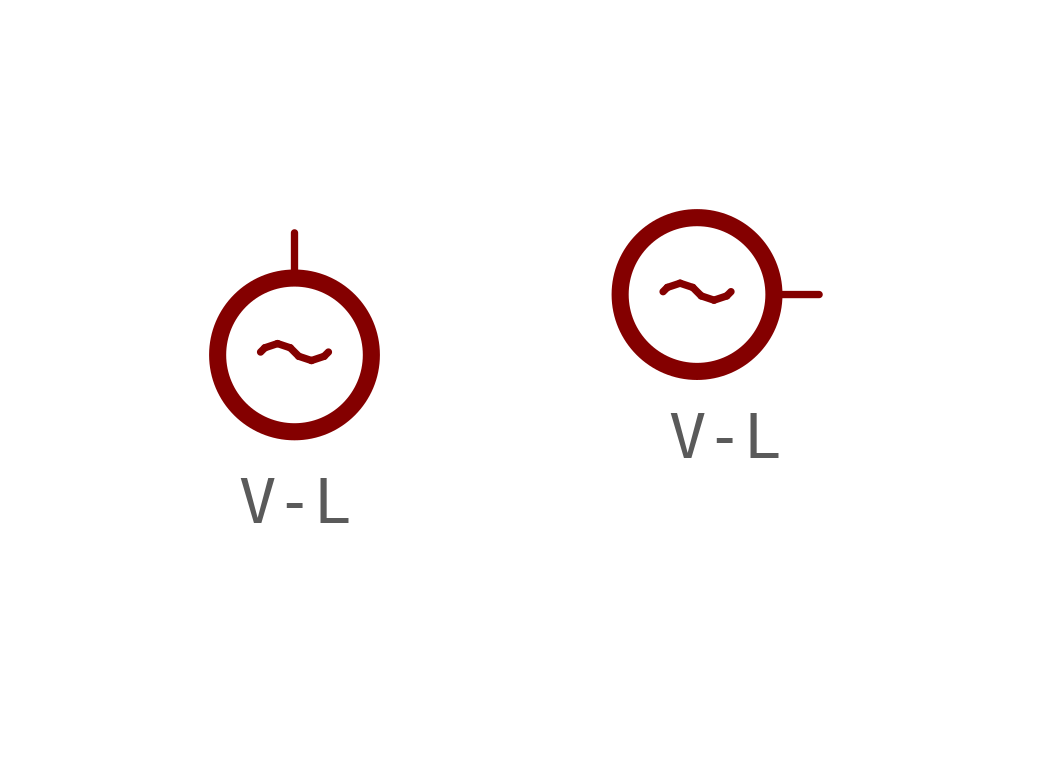
<source format=kicad_sym>
(kicad_symbol_lib
  (version 20211014)
  (generator kicad_symbol_editor)
  (symbol "V-L"
    (power)
    (pin_numbers hide)
    (pin_names
      (offset 1.27) hide)
    (property "Reference" "#PWR"
      (at 5.08 0 0)
      (effects (font (size 1.27 1.27)) (justify left) hide))
    (symbol "V-L_1_0"
      (pin power_in line (at 0 0 0) (length 0) hide (name "L" (effects (font (size 1.27 1.27)))) (number "0" (effects (font (size 0 0))))))
    (symbol "V-L_1_1"
      (circle (center 0 -2.54) (radius 1.6) (stroke (width 0.356) (type default) (color 0 0 0 0)) (fill (type none)))
      (polyline (pts (xy 0 -0.889) (xy 0 0)) (stroke (width 0) (type default) (color 0 0 0 0)) (fill (type none)))
      (text "∼" (at 0 -2.337 0) (effects (font (size 1.854 1.854)))))
    (symbol "V-L_1_2"
      (circle (center -2.54 0) (radius 1.6) (stroke (width 0.356) (type default) (color 0 0 0 0)) (fill (type none)))
      (polyline (pts (xy -0.889 0) (xy 0 0)) (stroke (width 0) (type default) (color 0 0 0 0)) (fill (type none)))
      (text "∼" (at -2.54 0.203 0) (effects (font (size 1.854 1.854)))))))
</source>
